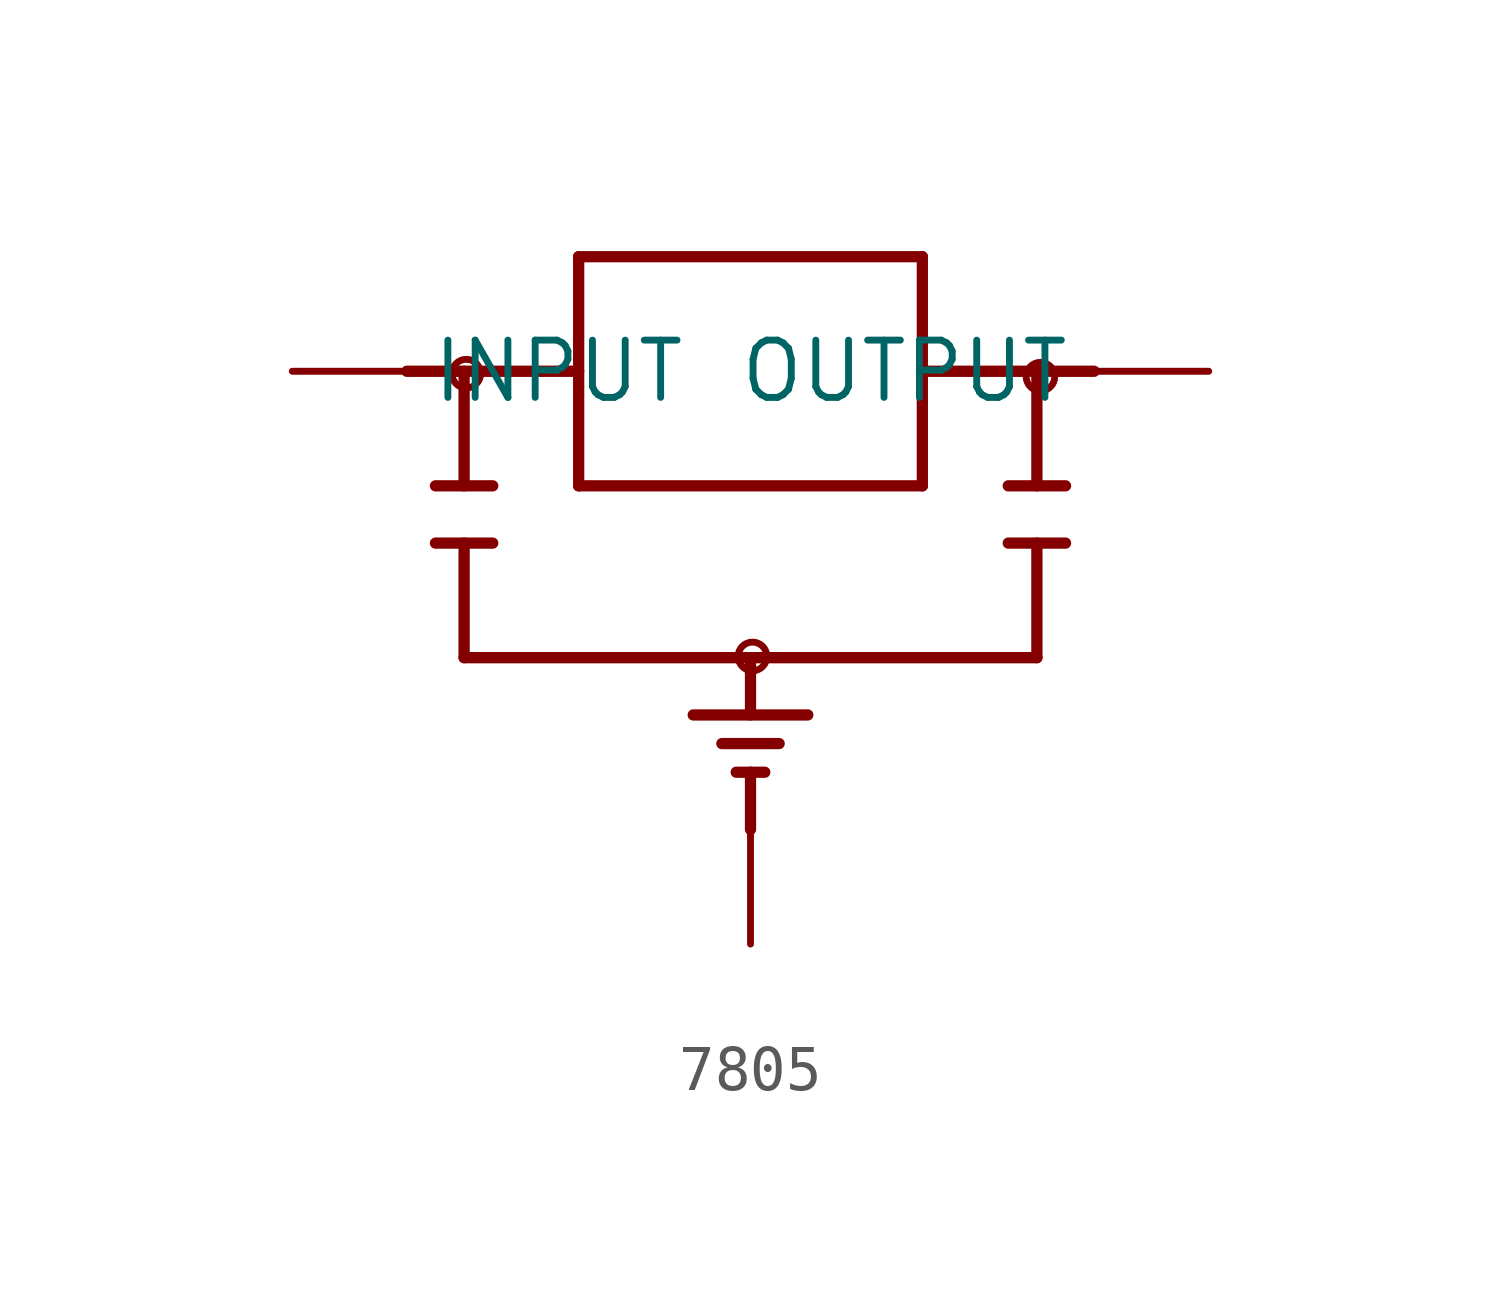
<source format=kicad_sym>
(kicad_symbol_lib
  (version 20231120)
  (generator "kicad_symbol_editor")
  (generator_version "8.0")
  (symbol "7805"
    (property "Reference" "U"
      (at 0 0 0)
      (effects (font (size 1.27 1.27)) (hide yes)))
    (property "ki_locked" ""
      (at 0 0 0)
      (effects (font (size 1.27 1.27))))
    (symbol "7805_1_0"
      (circle (center -6.302 3.757) (radius 0.318) (stroke (width 0) (type solid)) (fill (type none)))
      (polyline (pts (xy -7.62 3.81) (xy -3.81 3.81)) (stroke (width 0.25) (type solid)) (fill (type none)))
      (polyline (pts (xy -6.985 0) (xy -5.715 0)) (stroke (width 0.25) (type solid)) (fill (type none)))
      (polyline (pts (xy -6.985 1.27) (xy -5.715 1.27)) (stroke (width 0.25) (type solid)) (fill (type none)))
      (polyline (pts (xy -6.35 -2.54) (xy 6.35 -2.54)) (stroke (width 0.25) (type solid)) (fill (type none)))
      (polyline (pts (xy -6.35 0) (xy -6.35 -2.54)) (stroke (width 0.25) (type solid)) (fill (type none)))
      (polyline (pts (xy -6.35 3.81) (xy -6.35 1.27)) (stroke (width 0.25) (type solid)) (fill (type none)))
      (polyline (pts (xy -3.81 1.27) (xy -3.81 6.35)) (stroke (width 0.25) (type solid)) (fill (type none)))
      (polyline (pts (xy -3.81 6.35) (xy 3.81 6.35)) (stroke (width 0.25) (type solid)) (fill (type none)))
      (polyline (pts (xy -1.27 -3.81) (xy 1.27 -3.81)) (stroke (width 0.25) (type solid)) (fill (type none)))
      (polyline (pts (xy -0.635 -4.445) (xy 0.635 -4.445)) (stroke (width 0.25) (type solid)) (fill (type none)))
      (polyline (pts (xy -0.317 -5.08) (xy 0.317 -5.08)) (stroke (width 0.25) (type solid)) (fill (type none)))
      (polyline (pts (xy 0 -5.08) (xy 0 -6.35)) (stroke (width 0.25) (type solid)) (fill (type none)))
      (polyline (pts (xy 0 -2.54) (xy 0 -3.81)) (stroke (width 0.25) (type solid)) (fill (type none)))
      (polyline (pts (xy 3.81 1.27) (xy -3.81 1.27)) (stroke (width 0.25) (type solid)) (fill (type none)))
      (polyline (pts (xy 3.81 3.81) (xy 7.62 3.81)) (stroke (width 0.25) (type solid)) (fill (type none)))
      (polyline (pts (xy 3.81 6.35) (xy 3.81 1.27)) (stroke (width 0.25) (type solid)) (fill (type none)))
      (polyline (pts (xy 5.715 0) (xy 6.985 0)) (stroke (width 0.25) (type solid)) (fill (type none)))
      (polyline (pts (xy 5.715 1.27) (xy 6.985 1.27)) (stroke (width 0.25) (type solid)) (fill (type none)))
      (polyline (pts (xy 6.35 0) (xy 6.35 -2.54)) (stroke (width 0.25) (type solid)) (fill (type none)))
      (polyline (pts (xy 6.35 3.81) (xy 6.35 1.27)) (stroke (width 0.25) (type solid)) (fill (type none)))
      (circle (center 0.044 -2.513) (radius 0.318) (stroke (width 0) (type solid)) (fill (type none)))
      (circle (center 6.429 3.691) (radius 0.317) (stroke (width 0) (type solid)) (fill (type none)))
      (pin input line (at -10.16 3.81 0) (length 2.54) (name "INPUT" (effects (font (size 1.27 1.27)))) (number "1" (effects (font (size 0 0)))))
      (pin power_in line (at 0 -8.89 90) (length 2.54) (name "GND" (effects (font (size 0 0)))) (number "2" (effects (font (size 0 0)))))
      (pin output line (at 10.16 3.81 180) (length 2.54) (name "OUTPUT" (effects (font (size 1.27 1.27)))) (number "3" (effects (font (size 0 0))))))))
</source>
